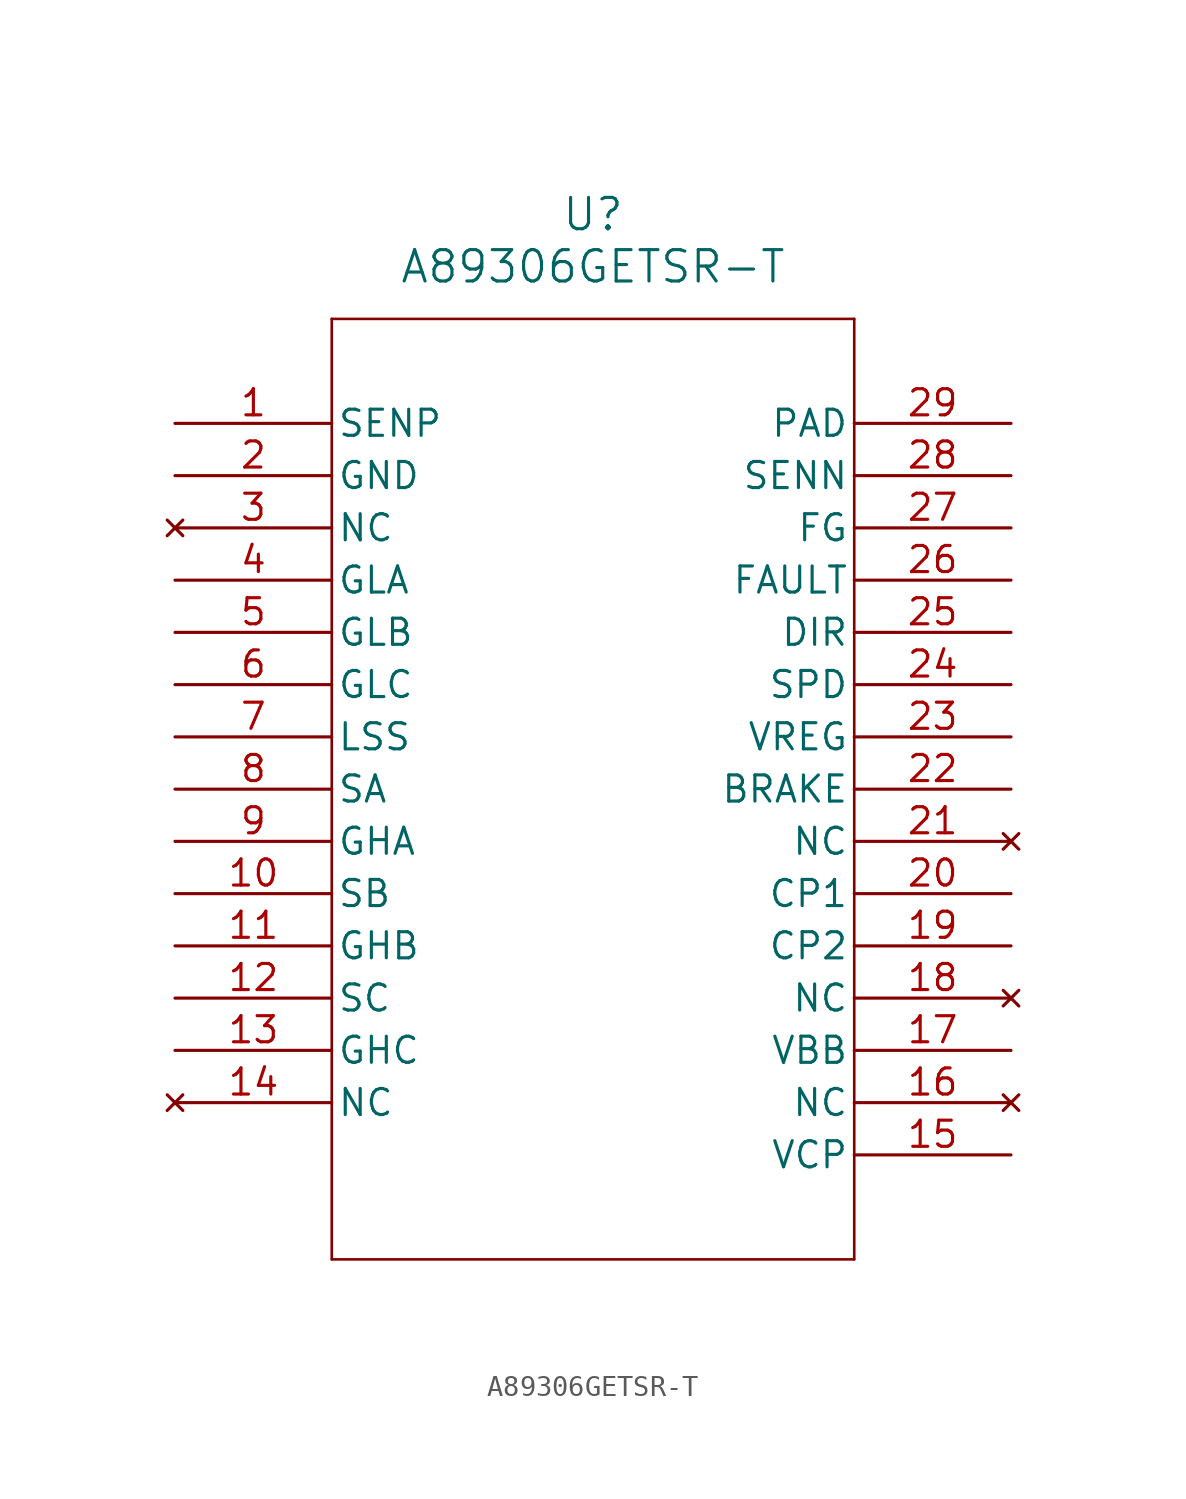
<source format=kicad_sym>
(kicad_symbol_lib
  (version 20211014)
  (generator kicad_symbol_editor)
  (symbol "A89306GETSR-T"
    (pin_names
      (offset 0.254))
    (property "Reference" "U"
      (at 20.32 10.16 0)
      (effects (font (size 1.524 1.524))))
    (property "Value" "A89306GETSR-T"
      (at 20.32 7.62 0)
      (effects (font (size 1.524 1.524))))
    (symbol "A89306GETSR-T_0_1"
      (polyline (pts (xy 7.62 5.08) (xy 7.62 -40.64)) (stroke (width 0.127) (type default) (color 0 0 0 0)) (fill (type none)))
      (polyline (pts (xy 7.62 -40.64) (xy 33.02 -40.64)) (stroke (width 0.127) (type default) (color 0 0 0 0)) (fill (type none)))
      (polyline (pts (xy 33.02 -40.64) (xy 33.02 5.08)) (stroke (width 0.127) (type default) (color 0 0 0 0)) (fill (type none)))
      (polyline (pts (xy 33.02 5.08) (xy 7.62 5.08)) (stroke (width 0.127) (type default) (color 0 0 0 0)) (fill (type none)))
      (pin unspecified line (at 0 0 0) (length 7.62) (name "SENP" (effects (font (size 1.27 1.27)))) (number "1" (effects (font (size 1.27 1.27)))))
      (pin power_out line (at 0 -2.54 0) (length 7.62) (name "GND" (effects (font (size 1.27 1.27)))) (number "2" (effects (font (size 1.27 1.27)))))
      (pin no_connect line (at 0 -5.08 0) (length 7.62) (name "NC" (effects (font (size 1.27 1.27)))) (number "3" (effects (font (size 1.27 1.27)))))
      (pin output line (at 0 -7.62 0) (length 7.62) (name "GLA" (effects (font (size 1.27 1.27)))) (number "4" (effects (font (size 1.27 1.27)))))
      (pin output line (at 0 -10.16 0) (length 7.62) (name "GLB" (effects (font (size 1.27 1.27)))) (number "5" (effects (font (size 1.27 1.27)))))
      (pin output line (at 0 -12.7 0) (length 7.62) (name "GLC" (effects (font (size 1.27 1.27)))) (number "6" (effects (font (size 1.27 1.27)))))
      (pin power_in line (at 0 -15.24 0) (length 7.62) (name "LSS" (effects (font (size 1.27 1.27)))) (number "7" (effects (font (size 1.27 1.27)))))
      (pin output line (at 0 -17.78 0) (length 7.62) (name "SA" (effects (font (size 1.27 1.27)))) (number "8" (effects (font (size 1.27 1.27)))))
      (pin output line (at 0 -20.32 0) (length 7.62) (name "GHA" (effects (font (size 1.27 1.27)))) (number "9" (effects (font (size 1.27 1.27)))))
      (pin output line (at 0 -22.86 0) (length 7.62) (name "SB" (effects (font (size 1.27 1.27)))) (number "10" (effects (font (size 1.27 1.27)))))
      (pin output line (at 0 -25.4 0) (length 7.62) (name "GHB" (effects (font (size 1.27 1.27)))) (number "11" (effects (font (size 1.27 1.27)))))
      (pin output line (at 0 -27.94 0) (length 7.62) (name "SC" (effects (font (size 1.27 1.27)))) (number "12" (effects (font (size 1.27 1.27)))))
      (pin output line (at 0 -30.48 0) (length 7.62) (name "GHC" (effects (font (size 1.27 1.27)))) (number "13" (effects (font (size 1.27 1.27)))))
      (pin no_connect line (at 0 -33.02 0) (length 7.62) (name "NC" (effects (font (size 1.27 1.27)))) (number "14" (effects (font (size 1.27 1.27)))))
      (pin power_in line (at 40.64 -35.56 180) (length 7.62) (name "VCP" (effects (font (size 1.27 1.27)))) (number "15" (effects (font (size 1.27 1.27)))))
      (pin no_connect line (at 40.64 -33.02 180) (length 7.62) (name "NC" (effects (font (size 1.27 1.27)))) (number "16" (effects (font (size 1.27 1.27)))))
      (pin power_in line (at 40.64 -30.48 180) (length 7.62) (name "VBB" (effects (font (size 1.27 1.27)))) (number "17" (effects (font (size 1.27 1.27)))))
      (pin no_connect line (at 40.64 -27.94 180) (length 7.62) (name "NC" (effects (font (size 1.27 1.27)))) (number "18" (effects (font (size 1.27 1.27)))))
      (pin power_in line (at 40.64 -25.4 180) (length 7.62) (name "CP2" (effects (font (size 1.27 1.27)))) (number "19" (effects (font (size 1.27 1.27)))))
      (pin power_in line (at 40.64 -22.86 180) (length 7.62) (name "CP1" (effects (font (size 1.27 1.27)))) (number "20" (effects (font (size 1.27 1.27)))))
      (pin no_connect line (at 40.64 -20.32 180) (length 7.62) (name "NC" (effects (font (size 1.27 1.27)))) (number "21" (effects (font (size 1.27 1.27)))))
      (pin bidirectional line (at 40.64 -17.78 180) (length 7.62) (name "BRAKE" (effects (font (size 1.27 1.27)))) (number "22" (effects (font (size 1.27 1.27)))))
      (pin power_in line (at 40.64 -15.24 180) (length 7.62) (name "VREG" (effects (font (size 1.27 1.27)))) (number "23" (effects (font (size 1.27 1.27)))))
      (pin input line (at 40.64 -12.7 180) (length 7.62) (name "SPD" (effects (font (size 1.27 1.27)))) (number "24" (effects (font (size 1.27 1.27)))))
      (pin input line (at 40.64 -10.16 180) (length 7.62) (name "DIR" (effects (font (size 1.27 1.27)))) (number "25" (effects (font (size 1.27 1.27)))))
      (pin output line (at 40.64 -7.62 180) (length 7.62) (name "FAULT" (effects (font (size 1.27 1.27)))) (number "26" (effects (font (size 1.27 1.27)))))
      (pin output line (at 40.64 -5.08 180) (length 7.62) (name "FG" (effects (font (size 1.27 1.27)))) (number "27" (effects (font (size 1.27 1.27)))))
      (pin unspecified line (at 40.64 -2.54 180) (length 7.62) (name "SENN" (effects (font (size 1.27 1.27)))) (number "28" (effects (font (size 1.27 1.27)))))
      (pin unspecified line (at 40.64 0 180) (length 7.62) (name "PAD" (effects (font (size 1.27 1.27)))) (number "29" (effects (font (size 1.27 1.27))))))))
</source>
